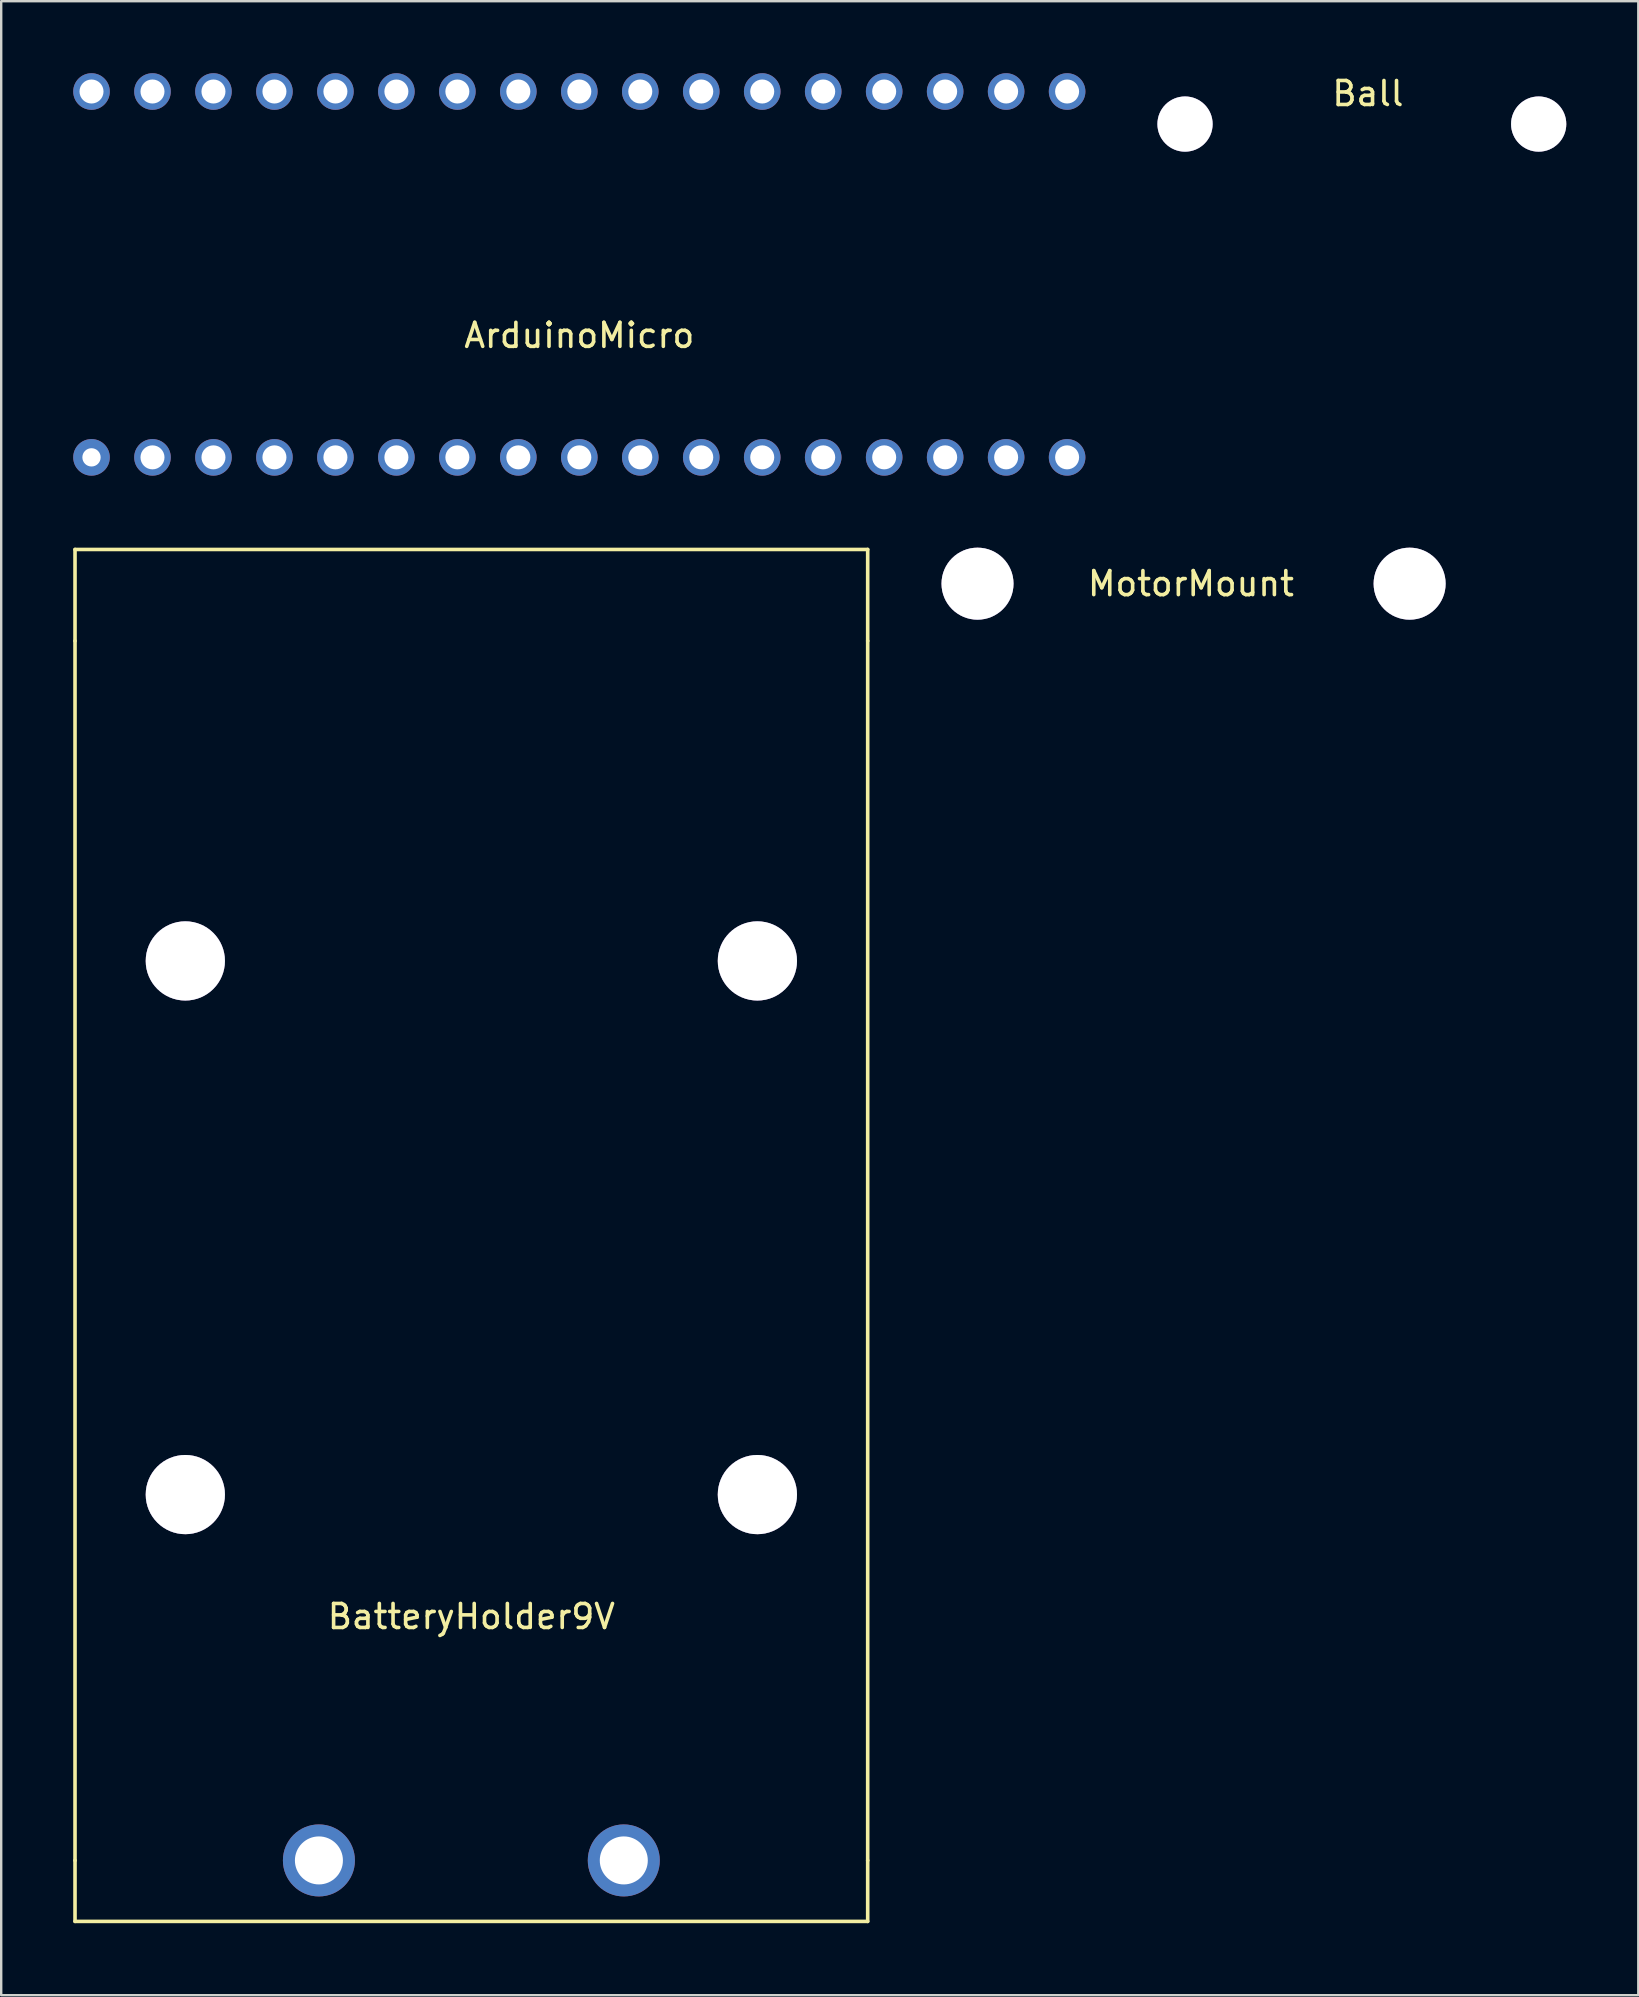
<source format=kicad_pcb>
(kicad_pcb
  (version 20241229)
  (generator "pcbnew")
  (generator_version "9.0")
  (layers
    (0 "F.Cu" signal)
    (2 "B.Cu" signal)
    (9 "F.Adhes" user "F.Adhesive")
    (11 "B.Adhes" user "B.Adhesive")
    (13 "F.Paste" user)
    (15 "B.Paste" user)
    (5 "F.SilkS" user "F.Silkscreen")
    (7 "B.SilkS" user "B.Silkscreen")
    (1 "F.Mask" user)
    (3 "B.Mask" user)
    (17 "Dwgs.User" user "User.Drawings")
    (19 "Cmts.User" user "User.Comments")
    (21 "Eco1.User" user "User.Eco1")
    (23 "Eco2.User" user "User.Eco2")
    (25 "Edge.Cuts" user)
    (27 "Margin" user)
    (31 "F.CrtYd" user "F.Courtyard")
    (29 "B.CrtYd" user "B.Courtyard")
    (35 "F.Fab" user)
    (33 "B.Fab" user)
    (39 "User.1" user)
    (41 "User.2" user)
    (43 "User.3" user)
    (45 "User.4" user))
  (footprint "ArduinoMicro"
    (layer "F.Cu")
    (at 21.082 8.382)
    (property "Reference" "ArduinoMicro" (at 0 2.54 0) (layer "F.SilkS") (effects (font (size 1 1) (thickness 0.15))))
    (attr through_hole)
    (pad "1" thru_hole circle (at -20.32 7.62) (size 1.524 1.524) (drill 0.762) (layers "*.Cu" "*.Mask"))
    (pad "2" thru_hole circle (at -17.78 7.62) (size 1.524 1.524) (drill 1) (layers "*.Cu" "*.Mask"))
    (pad "3" thru_hole circle (at -15.24 7.62) (size 1.524 1.524) (drill 1) (layers "*.Cu" "*.Mask"))
    (pad "4" thru_hole circle (at -12.7 7.62) (size 1.524 1.524) (drill 1) (layers "*.Cu" "*.Mask"))
    (pad "5" thru_hole circle (at -10.16 7.62) (size 1.524 1.524) (drill 1) (layers "*.Cu" "*.Mask"))
    (pad "6" thru_hole circle (at -7.62 7.62) (size 1.524 1.524) (drill 1) (layers "*.Cu" "*.Mask"))
    (pad "7" thru_hole circle (at -5.08 7.62) (size 1.524 1.524) (drill 1) (layers "*.Cu" "*.Mask"))
    (pad "8" thru_hole circle (at -2.54 7.62) (size 1.524 1.524) (drill 1) (layers "*.Cu" "*.Mask"))
    (pad "9" thru_hole circle (at 0 7.62) (size 1.524 1.524) (drill 1) (layers "*.Cu" "*.Mask"))
    (pad "10" thru_hole circle (at 2.54 7.62) (size 1.524 1.524) (drill 1) (layers "*.Cu" "*.Mask"))
    (pad "11" thru_hole circle (at 5.08 7.62) (size 1.524 1.524) (drill 1) (layers "*.Cu" "*.Mask"))
    (pad "12" thru_hole circle (at 7.62 7.62) (size 1.524 1.524) (drill 1) (layers "*.Cu" "*.Mask"))
    (pad "13" thru_hole circle (at 10.16 7.62) (size 1.524 1.524) (drill 1) (layers "*.Cu" "*.Mask"))
    (pad "14" thru_hole circle (at 12.7 7.62) (size 1.524 1.524) (drill 1) (layers "*.Cu" "*.Mask"))
    (pad "15" thru_hole circle (at 15.24 7.62) (size 1.524 1.524) (drill 1) (layers "*.Cu" "*.Mask"))
    (pad "16" thru_hole circle (at 17.78 7.62) (size 1.524 1.524) (drill 1) (layers "*.Cu" "*.Mask"))
    (pad "17" thru_hole circle (at 20.32 7.62) (size 1.524 1.524) (drill 1) (layers "*.Cu" "*.Mask"))
    (pad "18" thru_hole circle (at 20.32 -7.62) (size 1.524 1.524) (drill 1) (layers "*.Cu" "*.Mask"))
    (pad "19" thru_hole circle (at 17.78 -7.62) (size 1.524 1.524) (drill 1) (layers "*.Cu" "*.Mask"))
    (pad "20" thru_hole circle (at 15.24 -7.62) (size 1.524 1.524) (drill 1) (layers "*.Cu" "*.Mask"))
    (pad "21" thru_hole circle (at 12.7 -7.62) (size 1.524 1.524) (drill 1) (layers "*.Cu" "*.Mask"))
    (pad "22" thru_hole circle (at 10.16 -7.62) (size 1.524 1.524) (drill 1) (layers "*.Cu" "*.Mask"))
    (pad "23" thru_hole circle (at 7.62 -7.62) (size 1.524 1.524) (drill 1) (layers "*.Cu" "*.Mask"))
    (pad "24" thru_hole circle (at 5.08 -7.62) (size 1.524 1.524) (drill 1) (layers "*.Cu" "*.Mask"))
    (pad "25" thru_hole circle (at 2.54 -7.62) (size 1.524 1.524) (drill 1) (layers "*.Cu" "*.Mask"))
    (pad "26" thru_hole circle (at 0 -7.62) (size 1.524 1.524) (drill 1) (layers "*.Cu" "*.Mask"))
    (pad "27" thru_hole circle (at -2.54 -7.62) (size 1.524 1.524) (drill 1) (layers "*.Cu" "*.Mask"))
    (pad "28" thru_hole circle (at -5.08 -7.62) (size 1.524 1.524) (drill 1) (layers "*.Cu" "*.Mask"))
    (pad "29" thru_hole circle (at -7.62 -7.62) (size 1.524 1.524) (drill 1) (layers "*.Cu" "*.Mask"))
    (pad "30" thru_hole circle (at -10.16 -7.62) (size 1.524 1.524) (drill 1) (layers "*.Cu" "*.Mask"))
    (pad "31" thru_hole circle (at -12.7 -7.62) (size 1.524 1.524) (drill 1) (layers "*.Cu" "*.Mask"))
    (pad "32" thru_hole circle (at -15.24 -7.62) (size 1.524 1.524) (drill 1) (layers "*.Cu" "*.Mask"))
    (pad "33" thru_hole circle (at -17.78 -7.62) (size 1.524 1.524) (drill 1) (layers "*.Cu" "*.Mask"))
    (pad "34" thru_hole circle (at -20.32 -7.62) (size 1.524 1.524) (drill 1) (layers "*.Cu" "*.Mask")))
  (footprint "Ball"
    (layer "F.Cu")
    (at 46.314 2.118)
    (property "Reference" "Ball" (at 7.62 -1.27 0) (layer "F.SilkS") (effects (font (size 1 1) (thickness 0.15))))
    (attr through_hole)
    (pad "~" thru_hole circle (at 0 0) (size 2.3 2.3) (drill 2.3) (layers "*.Cu" "*.Mask"))
    (pad "~" thru_hole circle (at 14.732 0) (size 2.3 2.3) (drill 2.3) (layers "*.Cu" "*.Mask")))
  (footprint "BatteryHolder9V"
    (layer "F.Cu")
    (at 16.585 74.449)
    (property "Reference" "BatteryHolder9V" (at 0 -10.16 0) (layer "F.SilkS") (effects (font (size 1 1) (thickness 0.15))))
    (attr through_hole)
    (fp_line (start -16.51 -54.61) (end -16.51 -50.8) (stroke (width 0.15) (type solid)) (layer "F.SilkS"))
    (fp_line (start -16.51 -54.61) (end 16.51 -54.61) (stroke (width 0.15) (type solid)) (layer "F.SilkS"))
    (fp_line (start -16.51 -50.8) (end -16.51 0) (stroke (width 0.15) (type solid)) (layer "F.SilkS"))
    (fp_line (start -16.51 0) (end -16.51 2.54) (stroke (width 0.15) (type solid)) (layer "F.SilkS"))
    (fp_line (start -16.51 2.54) (end 16.51 2.54) (stroke (width 0.15) (type solid)) (layer "F.SilkS"))
    (fp_line (start 16.51 -54.61) (end 16.51 -50.8) (stroke (width 0.15) (type solid)) (layer "F.SilkS"))
    (fp_line (start 16.51 0) (end 16.51 -50.8) (stroke (width 0.15) (type solid)) (layer "F.SilkS"))
    (fp_line (start 16.51 2.54) (end 16.51 0) (stroke (width 0.15) (type solid)) (layer "F.SilkS"))
    (pad "1" thru_hole circle (at -6.35 0) (size 3 3) (drill 2) (layers "*.Cu" "*.Mask"))
    (pad "2" thru_hole circle (at 6.35 0) (size 3 3) (drill 2) (layers "*.Cu" "*.Mask"))
    (pad "~" thru_hole circle (at -11.915 -37.47) (size 3.3 3.3) (drill 3.3) (layers "*.Cu" "*.Mask"))
    (pad "~" thru_hole circle (at -11.915 -15.24) (size 3.3 3.3) (drill 3.3) (layers "*.Cu" "*.Mask"))
    (pad "~" thru_hole circle (at 11.915 -37.47) (size 3.3 3.3) (drill 3.3) (layers "*.Cu" "*.Mask"))
    (pad "~" thru_hole circle (at 11.915 -15.24) (size 3.3 3.3) (drill 3.3) (layers "*.Cu" "*.Mask")))
  (footprint "MotorMount"
    (layer "F.Cu")
    (at 37.67 21.264)
    (property "Reference" "MotorMount" (at 8.89 0 0) (layer "F.SilkS") (effects (font (size 1 1) (thickness 0.15))))
    (attr through_hole)
    (pad "~" thru_hole circle (at 0 0) (size 3 3) (drill 3) (layers "*.Cu" "*.Mask"))
    (pad "~" thru_hole circle (at 18 0) (size 3 3) (drill 3) (layers "*.Cu" "*.Mask")))
  (gr_rect
    (start -3 -3)
    (end 65.196 80.064)
    (stroke (width 0.1) (type default))
    (fill no)
    (layer "Edge.Cuts")))
</source>
